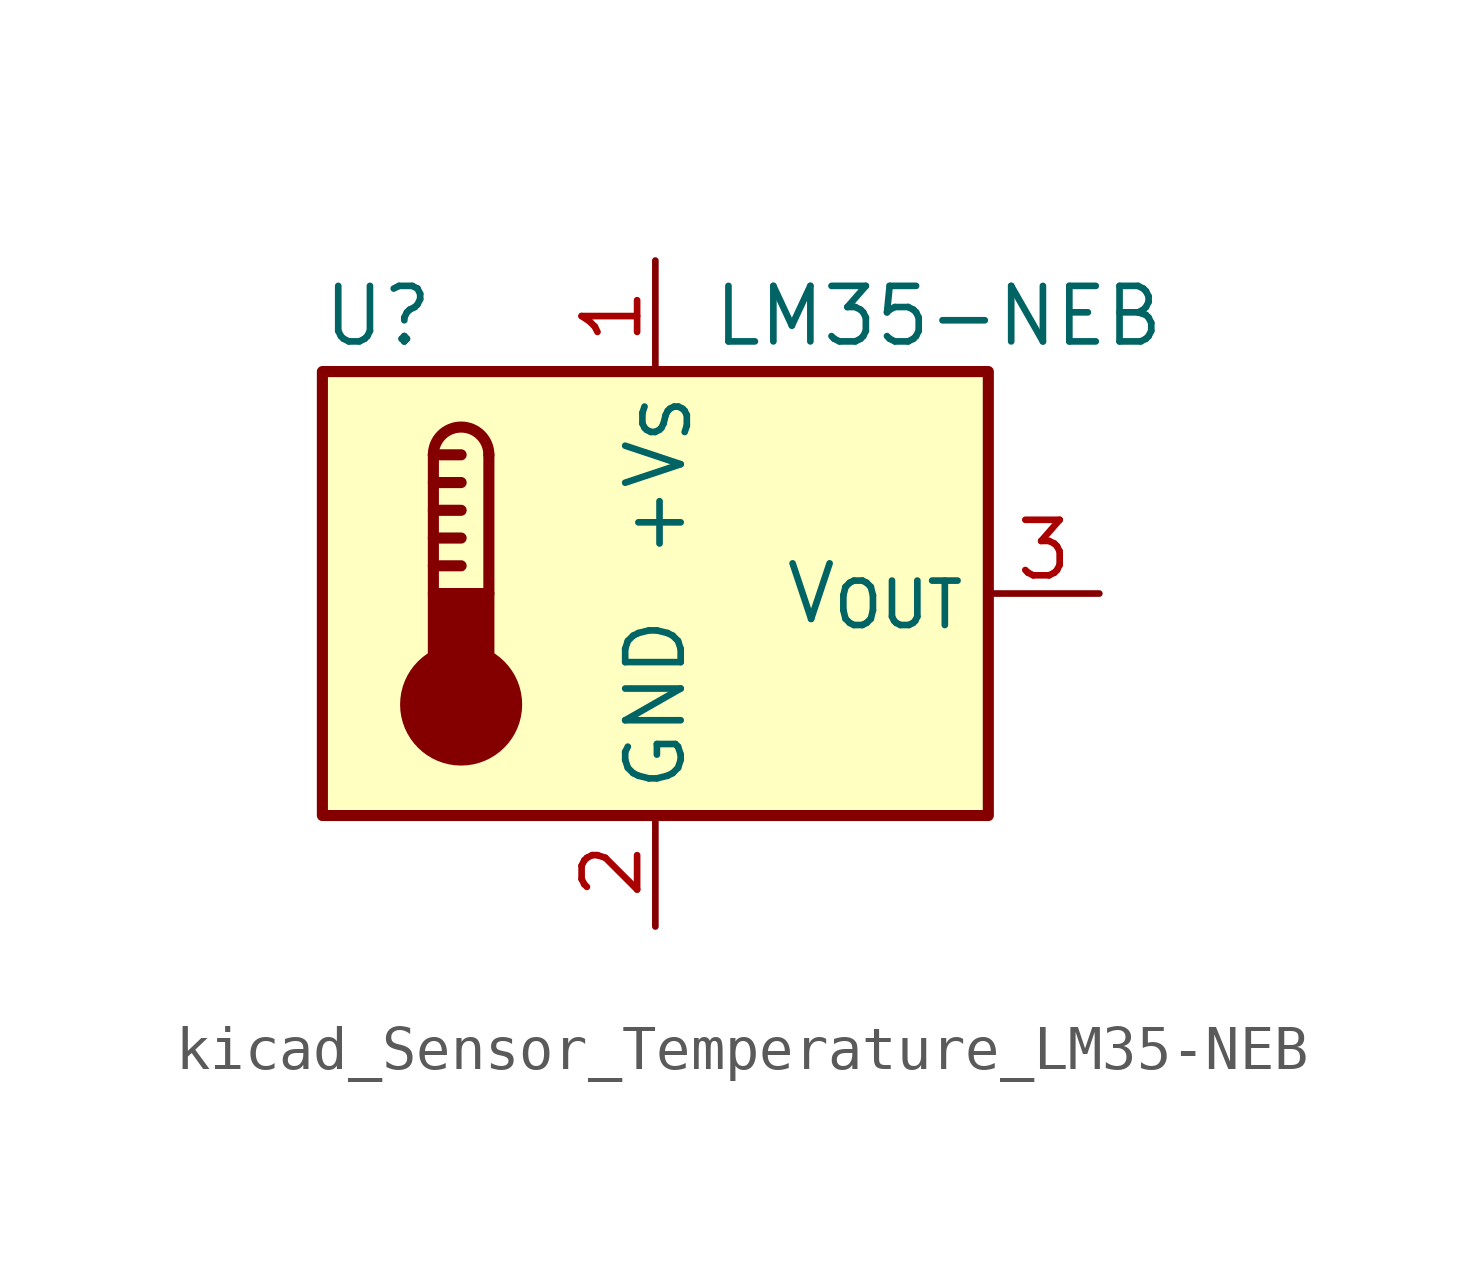
<source format=kicad_sym>
(kicad_symbol_lib
  (version 20220914)
  (generator kicad_symbol_editor)
  (symbol "kicad_Sensor_Temperature_LM35-NEB"
    (property "Reference" "U"
      (at -6.35 6.35 0)
      (effects (font (size 1.27 1.27))))
    (property "Value" "LM35-NEB"
      (at 1.27 6.35 0)
      (effects (font (size 1.27 1.27)) (justify left)))
    (symbol "kicad_Sensor_Temperature_LM35-NEB_0_1"
      (rectangle (start -7.62 5.08) (end 7.62 -5.08) (stroke (width 0.254) (type default)) (fill (type background)))
      (circle (center -4.445 -2.54) (radius 1.27) (stroke (width 0.254) (type default)) (fill (type outline)))
      (rectangle (start -3.81 -1.905) (end -5.08 0) (stroke (width 0.254) (type default)) (fill (type outline)))
      (arc (start -3.81 3.175) (mid -4.445 3.8073) (end -5.08 3.175) (stroke (width 0.254) (type default)) (fill (type none)))
      (polyline (pts (xy -5.08 0.635) (xy -4.445 0.635)) (stroke (width 0.254) (type default)) (fill (type none)))
      (polyline (pts (xy -5.08 1.27) (xy -4.445 1.27)) (stroke (width 0.254) (type default)) (fill (type none)))
      (polyline (pts (xy -5.08 1.905) (xy -4.445 1.905)) (stroke (width 0.254) (type default)) (fill (type none)))
      (polyline (pts (xy -5.08 2.54) (xy -4.445 2.54)) (stroke (width 0.254) (type default)) (fill (type none)))
      (polyline (pts (xy -5.08 3.175) (xy -5.08 0)) (stroke (width 0.254) (type default)) (fill (type none)))
      (polyline (pts (xy -5.08 3.175) (xy -4.445 3.175)) (stroke (width 0.254) (type default)) (fill (type none)))
      (polyline (pts (xy -3.81 3.175) (xy -3.81 0)) (stroke (width 0.254) (type default)) (fill (type none))))
    (symbol "kicad_Sensor_Temperature_LM35-NEB_1_1"
      (pin power_in line (at 0 7.62 270) (length 2.54) (name "+V_{S}" (effects (font (size 1.27 1.27)))) (number "1" (effects (font (size 1.27 1.27)))))
      (pin power_in line (at 0 -7.62 90) (length 2.54) (name "GND" (effects (font (size 1.27 1.27)))) (number "2" (effects (font (size 1.27 1.27)))))
      (pin output line (at 10.16 0 180) (length 2.54) (name "V_{OUT}" (effects (font (size 1.27 1.27)))) (number "3" (effects (font (size 1.27 1.27))))))))
</source>
